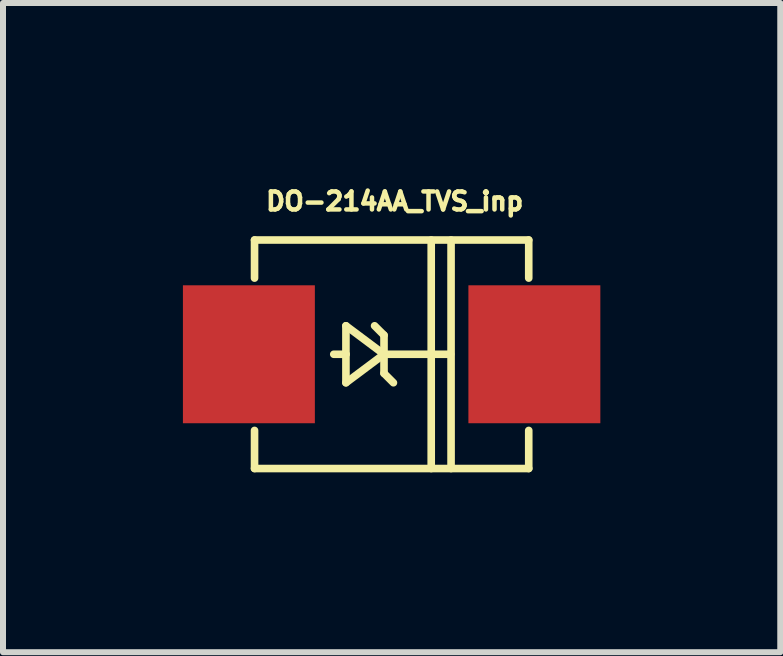
<source format=kicad_pcb>
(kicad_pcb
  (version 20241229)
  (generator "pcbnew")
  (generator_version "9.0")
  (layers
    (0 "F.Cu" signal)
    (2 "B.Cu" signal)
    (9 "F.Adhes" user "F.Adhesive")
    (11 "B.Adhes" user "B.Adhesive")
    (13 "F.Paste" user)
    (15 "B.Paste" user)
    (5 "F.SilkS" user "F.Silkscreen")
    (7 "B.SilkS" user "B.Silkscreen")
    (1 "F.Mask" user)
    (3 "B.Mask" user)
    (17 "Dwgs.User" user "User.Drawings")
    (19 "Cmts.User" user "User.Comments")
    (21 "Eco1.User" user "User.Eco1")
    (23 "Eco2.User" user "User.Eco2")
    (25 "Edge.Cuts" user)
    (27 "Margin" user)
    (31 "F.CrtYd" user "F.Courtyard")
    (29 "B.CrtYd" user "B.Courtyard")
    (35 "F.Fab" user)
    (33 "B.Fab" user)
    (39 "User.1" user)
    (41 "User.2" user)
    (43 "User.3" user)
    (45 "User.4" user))
  (footprint "DO-214AA_TVS_inp"
    (layer "F.Cu")
    (at 3.48 2.857)
    (property "Reference" "DO-214AA_TVS_inp" (at 0.051 -2.55 0) (layer "F.SilkS") (effects (font (size 0.3 0.3) (thickness 0.076))))
    (attr smd)
    (fp_line (start -2.286 -1.905) (end 2.286 -1.905) (stroke (width 0.127) (type solid)) (layer "F.SilkS"))
    (fp_line (start -2.286 -1.27) (end -2.286 -1.905) (stroke (width 0.127) (type solid)) (layer "F.SilkS"))
    (fp_line (start -2.286 1.27) (end -2.286 1.905) (stroke (width 0.127) (type solid)) (layer "F.SilkS"))
    (fp_line (start -2.286 1.905) (end 2.286 1.905) (stroke (width 0.127) (type solid)) (layer "F.SilkS"))
    (fp_line (start -0.762 -0.475) (end -0.762 0) (stroke (width 0.127) (type solid)) (layer "F.SilkS"))
    (fp_line (start -0.762 0) (end -0.965 0) (stroke (width 0.127) (type solid)) (layer "F.SilkS"))
    (fp_line (start -0.762 0) (end -0.762 0.475) (stroke (width 0.127) (type solid)) (layer "F.SilkS"))
    (fp_line (start -0.762 0.475) (end -0.127 0) (stroke (width 0.127) (type solid)) (layer "F.SilkS"))
    (fp_line (start -0.127 -0.318) (end -0.284 -0.475) (stroke (width 0.127) (type solid)) (layer "F.SilkS"))
    (fp_line (start -0.127 0) (end -0.762 -0.475) (stroke (width 0.127) (type solid)) (layer "F.SilkS"))
    (fp_line (start -0.127 0) (end -0.127 -0.318) (stroke (width 0.127) (type solid)) (layer "F.SilkS"))
    (fp_line (start -0.127 0) (end -0.127 0.318) (stroke (width 0.127) (type solid)) (layer "F.SilkS"))
    (fp_line (start -0.127 0) (end 0.983 0) (stroke (width 0.127) (type solid)) (layer "F.SilkS"))
    (fp_line (start -0.127 0.318) (end 0.03 0.475) (stroke (width 0.127) (type solid)) (layer "F.SilkS"))
    (fp_line (start 0.66 1.905) (end 0.66 -1.905) (stroke (width 0.127) (type solid)) (layer "F.SilkS"))
    (fp_line (start 0.991 1.905) (end 0.991 -1.905) (stroke (width 0.127) (type solid)) (layer "F.SilkS"))
    (fp_line (start 2.286 -1.905) (end 2.286 -1.27) (stroke (width 0.127) (type solid)) (layer "F.SilkS"))
    (fp_line (start 2.286 1.905) (end 2.286 1.27) (stroke (width 0.127) (type solid)) (layer "F.SilkS"))
    (pad "1" smd rect (at 2.38 0) (size 2.2 2.3) (layers "F.Cu" "F.Mask" "F.Paste"))
    (pad "2" smd rect (at -2.38 0) (size 2.2 2.3) (layers "F.Cu" "F.Mask" "F.Paste")))
  (gr_rect
    (start -3 -3)
    (end 9.96 7.825)
    (stroke (width 0.1) (type default))
    (fill no)
    (layer "Edge.Cuts")))
</source>
